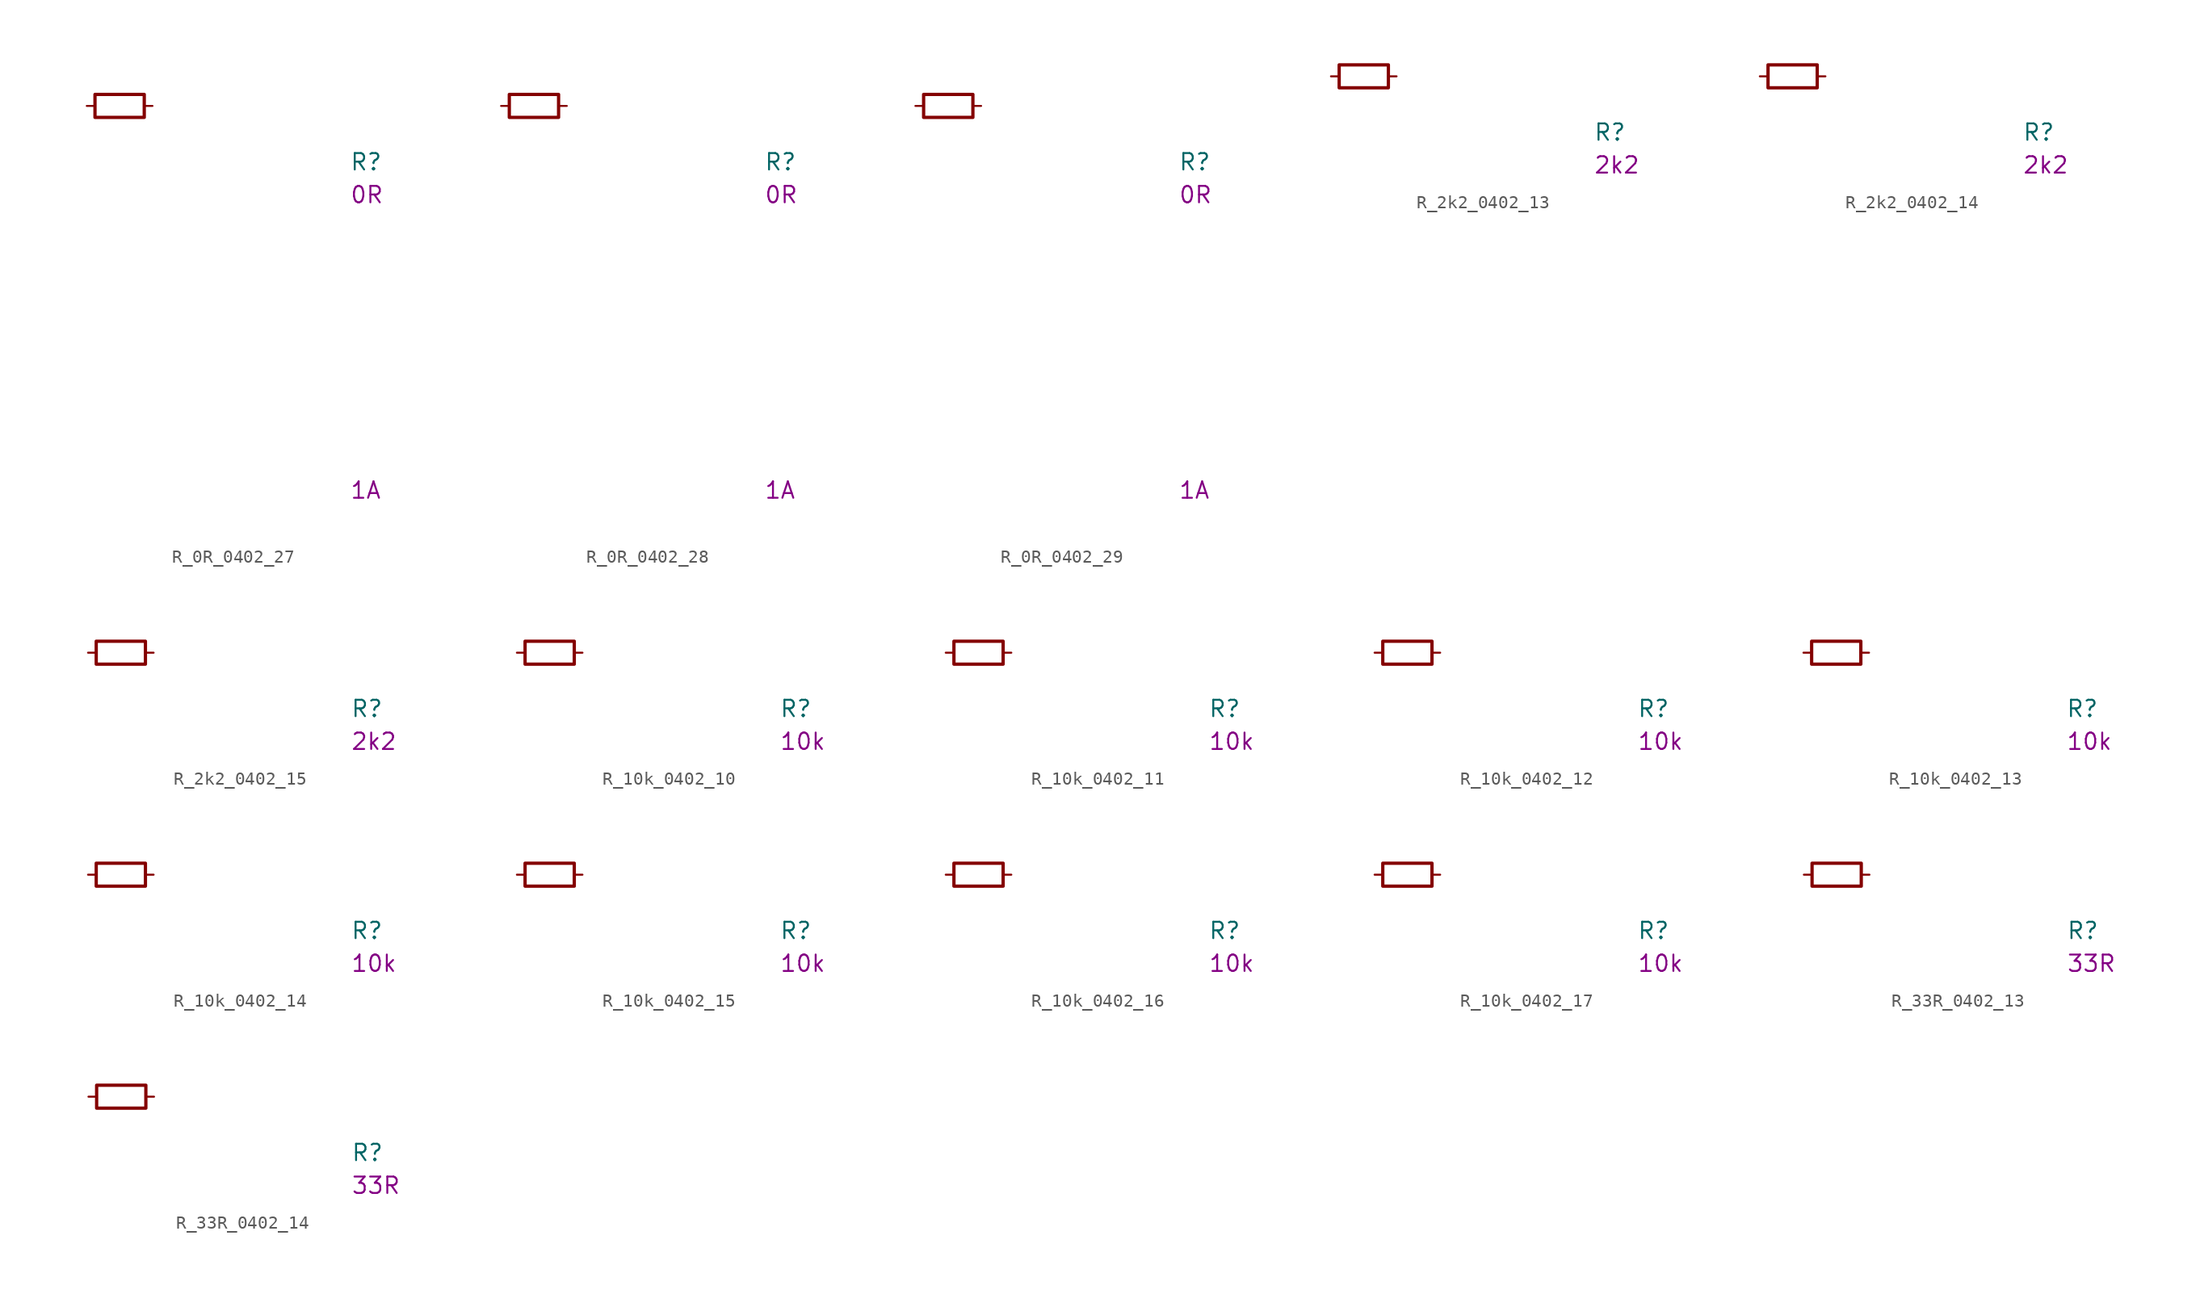
<source format=kicad_sym>
(kicad_symbol_lib
  (version 20211014)
  (generator kicad_symbol_editor)
  (symbol "K410T-devboard:R_0R_0402_27"
    (pin_numbers hide)
    (pin_names hide)
    (property "Reference" "R"
      (at 20.32 -5.08 0)
      (effects (font (size 1.27 1.27) (thickness 0.15)) (justify left bottom)))
    (property "Val" "0R"
      (at 20.32 -7.62 0)
      (effects (font (size 1.27 1.27) (thickness 0.15)) (justify left bottom)))
    (property "Current" "1A"
      (at 20.32 -30.48 0)
      (effects (font (size 1.27 1.27) (thickness 0.15)) (justify left bottom)))
    (symbol "R_0R_0402_27_0_1"
      (rectangle (start 0.635 0.889) (end 4.445 -0.889) (stroke (width 0.254) (type default)) (fill (type none))))
    (symbol "R_0R_0402_27_1_1"
      (pin passive line (at 0 0 0) (length 0.635) (name "~" (effects (font (size 1.27 1.27)))) (number "1" (effects (font (size 1.27 1.27)))))
      (pin passive line (at 5.08 0 180) (length 0.635) (name "~" (effects (font (size 1.27 1.27)))) (number "2" (effects (font (size 1.27 1.27)))))))
  (symbol "K410T-devboard:R_0R_0402_28"
    (pin_numbers hide)
    (pin_names hide)
    (property "Reference" "R"
      (at 20.32 -5.08 0)
      (effects (font (size 1.27 1.27) (thickness 0.15)) (justify left bottom)))
    (property "Val" "0R"
      (at 20.32 -7.62 0)
      (effects (font (size 1.27 1.27) (thickness 0.15)) (justify left bottom)))
    (property "Current" "1A"
      (at 20.32 -30.48 0)
      (effects (font (size 1.27 1.27) (thickness 0.15)) (justify left bottom)))
    (symbol "R_0R_0402_28_0_1"
      (rectangle (start 0.635 0.889) (end 4.445 -0.889) (stroke (width 0.254) (type default)) (fill (type none))))
    (symbol "R_0R_0402_28_1_1"
      (pin passive line (at 0 0 0) (length 0.635) (name "~" (effects (font (size 1.27 1.27)))) (number "1" (effects (font (size 1.27 1.27)))))
      (pin passive line (at 5.08 0 180) (length 0.635) (name "~" (effects (font (size 1.27 1.27)))) (number "2" (effects (font (size 1.27 1.27)))))))
  (symbol "K410T-devboard:R_0R_0402_29"
    (pin_numbers hide)
    (pin_names hide)
    (property "Reference" "R"
      (at 20.32 -5.08 0)
      (effects (font (size 1.27 1.27) (thickness 0.15)) (justify left bottom)))
    (property "Val" "0R"
      (at 20.32 -7.62 0)
      (effects (font (size 1.27 1.27) (thickness 0.15)) (justify left bottom)))
    (property "Current" "1A"
      (at 20.32 -30.48 0)
      (effects (font (size 1.27 1.27) (thickness 0.15)) (justify left bottom)))
    (symbol "R_0R_0402_29_0_1"
      (rectangle (start 0.635 0.889) (end 4.445 -0.889) (stroke (width 0.254) (type default)) (fill (type none))))
    (symbol "R_0R_0402_29_1_1"
      (pin passive line (at 0 0 0) (length 0.635) (name "~" (effects (font (size 1.27 1.27)))) (number "1" (effects (font (size 1.27 1.27)))))
      (pin passive line (at 5.08 0 180) (length 0.635) (name "~" (effects (font (size 1.27 1.27)))) (number "2" (effects (font (size 1.27 1.27)))))))
  (symbol "K410T-devboard:R_2k2_0402_13"
    (pin_numbers hide)
    (pin_names hide)
    (property "Reference" "R"
      (at 20.32 -5.08 0)
      (effects (font (size 1.27 1.27) (thickness 0.15)) (justify left bottom)))
    (property "Val" "2k2"
      (at 20.32 -7.62 0)
      (effects (font (size 1.27 1.27) (thickness 0.15)) (justify left bottom)))
    (symbol "R_2k2_0402_13_0_1"
      (rectangle (start 0.635 0.889) (end 4.445 -0.889) (stroke (width 0.254) (type default)) (fill (type none))))
    (symbol "R_2k2_0402_13_1_1"
      (pin passive line (at 0 0 0) (length 0.635) (name "~" (effects (font (size 1.27 1.27)))) (number "1" (effects (font (size 1.27 1.27)))))
      (pin passive line (at 5.08 0 180) (length 0.635) (name "~" (effects (font (size 1.27 1.27)))) (number "2" (effects (font (size 1.27 1.27)))))))
  (symbol "K410T-devboard:R_2k2_0402_14"
    (pin_numbers hide)
    (pin_names hide)
    (property "Reference" "R"
      (at 20.32 -5.08 0)
      (effects (font (size 1.27 1.27) (thickness 0.15)) (justify left bottom)))
    (property "Val" "2k2"
      (at 20.32 -7.62 0)
      (effects (font (size 1.27 1.27) (thickness 0.15)) (justify left bottom)))
    (symbol "R_2k2_0402_14_0_1"
      (rectangle (start 0.635 0.889) (end 4.445 -0.889) (stroke (width 0.254) (type default)) (fill (type none))))
    (symbol "R_2k2_0402_14_1_1"
      (pin passive line (at 0 0 0) (length 0.635) (name "~" (effects (font (size 1.27 1.27)))) (number "1" (effects (font (size 1.27 1.27)))))
      (pin passive line (at 5.08 0 180) (length 0.635) (name "~" (effects (font (size 1.27 1.27)))) (number "2" (effects (font (size 1.27 1.27)))))))
  (symbol "K410T-devboard:R_2k2_0402_15"
    (pin_numbers hide)
    (pin_names hide)
    (property "Reference" "R"
      (at 20.32 -5.08 0)
      (effects (font (size 1.27 1.27) (thickness 0.15)) (justify left bottom)))
    (property "Val" "2k2"
      (at 20.32 -7.62 0)
      (effects (font (size 1.27 1.27) (thickness 0.15)) (justify left bottom)))
    (symbol "R_2k2_0402_15_0_1"
      (rectangle (start 0.635 0.889) (end 4.445 -0.889) (stroke (width 0.254) (type default)) (fill (type none))))
    (symbol "R_2k2_0402_15_1_1"
      (pin passive line (at 0 0 0) (length 0.635) (name "~" (effects (font (size 1.27 1.27)))) (number "1" (effects (font (size 1.27 1.27)))))
      (pin passive line (at 5.08 0 180) (length 0.635) (name "~" (effects (font (size 1.27 1.27)))) (number "2" (effects (font (size 1.27 1.27)))))))
  (symbol "K410T-devboard:R_10k_0402_10"
    (pin_numbers hide)
    (pin_names hide)
    (property "Reference" "R"
      (at 20.32 -5.08 0)
      (effects (font (size 1.27 1.27) (thickness 0.15)) (justify left bottom)))
    (property "Val" "10k"
      (at 20.32 -7.62 0)
      (effects (font (size 1.27 1.27) (thickness 0.15)) (justify left bottom)))
    (symbol "R_10k_0402_10_0_1"
      (rectangle (start 0.635 0.889) (end 4.445 -0.889) (stroke (width 0.254) (type default)) (fill (type none))))
    (symbol "R_10k_0402_10_1_1"
      (pin passive line (at 0 0 0) (length 0.635) (name "~" (effects (font (size 1.27 1.27)))) (number "1" (effects (font (size 1.27 1.27)))))
      (pin passive line (at 5.08 0 180) (length 0.635) (name "~" (effects (font (size 1.27 1.27)))) (number "2" (effects (font (size 1.27 1.27)))))))
  (symbol "K410T-devboard:R_10k_0402_11"
    (pin_numbers hide)
    (pin_names hide)
    (property "Reference" "R"
      (at 20.32 -5.08 0)
      (effects (font (size 1.27 1.27) (thickness 0.15)) (justify left bottom)))
    (property "Val" "10k"
      (at 20.32 -7.62 0)
      (effects (font (size 1.27 1.27) (thickness 0.15)) (justify left bottom)))
    (symbol "R_10k_0402_11_0_1"
      (rectangle (start 0.635 0.889) (end 4.445 -0.889) (stroke (width 0.254) (type default)) (fill (type none))))
    (symbol "R_10k_0402_11_1_1"
      (pin passive line (at 0 0 0) (length 0.635) (name "~" (effects (font (size 1.27 1.27)))) (number "1" (effects (font (size 1.27 1.27)))))
      (pin passive line (at 5.08 0 180) (length 0.635) (name "~" (effects (font (size 1.27 1.27)))) (number "2" (effects (font (size 1.27 1.27)))))))
  (symbol "K410T-devboard:R_10k_0402_12"
    (pin_numbers hide)
    (pin_names hide)
    (property "Reference" "R"
      (at 20.32 -5.08 0)
      (effects (font (size 1.27 1.27) (thickness 0.15)) (justify left bottom)))
    (property "Val" "10k"
      (at 20.32 -7.62 0)
      (effects (font (size 1.27 1.27) (thickness 0.15)) (justify left bottom)))
    (symbol "R_10k_0402_12_0_1"
      (rectangle (start 0.635 0.889) (end 4.445 -0.889) (stroke (width 0.254) (type default)) (fill (type none))))
    (symbol "R_10k_0402_12_1_1"
      (pin passive line (at 0 0 0) (length 0.635) (name "~" (effects (font (size 1.27 1.27)))) (number "1" (effects (font (size 1.27 1.27)))))
      (pin passive line (at 5.08 0 180) (length 0.635) (name "~" (effects (font (size 1.27 1.27)))) (number "2" (effects (font (size 1.27 1.27)))))))
  (symbol "K410T-devboard:R_10k_0402_13"
    (pin_numbers hide)
    (pin_names hide)
    (property "Reference" "R"
      (at 20.32 -5.08 0)
      (effects (font (size 1.27 1.27) (thickness 0.15)) (justify left bottom)))
    (property "Val" "10k"
      (at 20.32 -7.62 0)
      (effects (font (size 1.27 1.27) (thickness 0.15)) (justify left bottom)))
    (symbol "R_10k_0402_13_0_1"
      (rectangle (start 0.635 0.889) (end 4.445 -0.889) (stroke (width 0.254) (type default)) (fill (type none))))
    (symbol "R_10k_0402_13_1_1"
      (pin passive line (at 0 0 0) (length 0.635) (name "~" (effects (font (size 1.27 1.27)))) (number "1" (effects (font (size 1.27 1.27)))))
      (pin passive line (at 5.08 0 180) (length 0.635) (name "~" (effects (font (size 1.27 1.27)))) (number "2" (effects (font (size 1.27 1.27)))))))
  (symbol "K410T-devboard:R_10k_0402_14"
    (pin_numbers hide)
    (pin_names hide)
    (property "Reference" "R"
      (at 20.32 -5.08 0)
      (effects (font (size 1.27 1.27) (thickness 0.15)) (justify left bottom)))
    (property "Val" "10k"
      (at 20.32 -7.62 0)
      (effects (font (size 1.27 1.27) (thickness 0.15)) (justify left bottom)))
    (symbol "R_10k_0402_14_0_1"
      (rectangle (start 0.635 0.889) (end 4.445 -0.889) (stroke (width 0.254) (type default)) (fill (type none))))
    (symbol "R_10k_0402_14_1_1"
      (pin passive line (at 0 0 0) (length 0.635) (name "~" (effects (font (size 1.27 1.27)))) (number "1" (effects (font (size 1.27 1.27)))))
      (pin passive line (at 5.08 0 180) (length 0.635) (name "~" (effects (font (size 1.27 1.27)))) (number "2" (effects (font (size 1.27 1.27)))))))
  (symbol "K410T-devboard:R_10k_0402_15"
    (pin_numbers hide)
    (pin_names hide)
    (property "Reference" "R"
      (at 20.32 -5.08 0)
      (effects (font (size 1.27 1.27) (thickness 0.15)) (justify left bottom)))
    (property "Val" "10k"
      (at 20.32 -7.62 0)
      (effects (font (size 1.27 1.27) (thickness 0.15)) (justify left bottom)))
    (symbol "R_10k_0402_15_0_1"
      (rectangle (start 0.635 0.889) (end 4.445 -0.889) (stroke (width 0.254) (type default)) (fill (type none))))
    (symbol "R_10k_0402_15_1_1"
      (pin passive line (at 0 0 0) (length 0.635) (name "~" (effects (font (size 1.27 1.27)))) (number "1" (effects (font (size 1.27 1.27)))))
      (pin passive line (at 5.08 0 180) (length 0.635) (name "~" (effects (font (size 1.27 1.27)))) (number "2" (effects (font (size 1.27 1.27)))))))
  (symbol "K410T-devboard:R_10k_0402_16"
    (pin_numbers hide)
    (pin_names hide)
    (property "Reference" "R"
      (at 20.32 -5.08 0)
      (effects (font (size 1.27 1.27) (thickness 0.15)) (justify left bottom)))
    (property "Val" "10k"
      (at 20.32 -7.62 0)
      (effects (font (size 1.27 1.27) (thickness 0.15)) (justify left bottom)))
    (symbol "R_10k_0402_16_0_1"
      (rectangle (start 0.635 0.889) (end 4.445 -0.889) (stroke (width 0.254) (type default)) (fill (type none))))
    (symbol "R_10k_0402_16_1_1"
      (pin passive line (at 0 0 0) (length 0.635) (name "~" (effects (font (size 1.27 1.27)))) (number "1" (effects (font (size 1.27 1.27)))))
      (pin passive line (at 5.08 0 180) (length 0.635) (name "~" (effects (font (size 1.27 1.27)))) (number "2" (effects (font (size 1.27 1.27)))))))
  (symbol "K410T-devboard:R_10k_0402_17"
    (pin_numbers hide)
    (pin_names hide)
    (property "Reference" "R"
      (at 20.32 -5.08 0)
      (effects (font (size 1.27 1.27) (thickness 0.15)) (justify left bottom)))
    (property "Val" "10k"
      (at 20.32 -7.62 0)
      (effects (font (size 1.27 1.27) (thickness 0.15)) (justify left bottom)))
    (symbol "R_10k_0402_17_0_1"
      (rectangle (start 0.635 0.889) (end 4.445 -0.889) (stroke (width 0.254) (type default)) (fill (type none))))
    (symbol "R_10k_0402_17_1_1"
      (pin passive line (at 0 0 0) (length 0.635) (name "~" (effects (font (size 1.27 1.27)))) (number "1" (effects (font (size 1.27 1.27)))))
      (pin passive line (at 5.08 0 180) (length 0.635) (name "~" (effects (font (size 1.27 1.27)))) (number "2" (effects (font (size 1.27 1.27)))))))
  (symbol "K410T-devboard:R_33R_0402_13"
    (pin_numbers hide)
    (pin_names hide)
    (property "Reference" "R"
      (at 20.32 -5.08 0)
      (effects (font (size 1.27 1.27) (thickness 0.15)) (justify left bottom)))
    (property "Val" "33R"
      (at 20.32 -7.62 0)
      (effects (font (size 1.27 1.27) (thickness 0.15)) (justify left bottom)))
    (symbol "R_33R_0402_13_0_1"
      (rectangle (start 0.635 0.889) (end 4.445 -0.889) (stroke (width 0.254) (type default)) (fill (type none))))
    (symbol "R_33R_0402_13_1_1"
      (pin passive line (at 0 0 0) (length 0.635) (name "~" (effects (font (size 1.27 1.27)))) (number "1" (effects (font (size 1.27 1.27)))))
      (pin passive line (at 5.08 0 180) (length 0.635) (name "~" (effects (font (size 1.27 1.27)))) (number "2" (effects (font (size 1.27 1.27)))))))
  (symbol "K410T-devboard:R_33R_0402_14"
    (pin_numbers hide)
    (pin_names hide)
    (property "Reference" "R"
      (at 20.32 -5.08 0)
      (effects (font (size 1.27 1.27) (thickness 0.15)) (justify left bottom)))
    (property "Val" "33R"
      (at 20.32 -7.62 0)
      (effects (font (size 1.27 1.27) (thickness 0.15)) (justify left bottom)))
    (symbol "R_33R_0402_14_0_1"
      (rectangle (start 0.635 0.889) (end 4.445 -0.889) (stroke (width 0.254) (type default)) (fill (type none))))
    (symbol "R_33R_0402_14_1_1"
      (pin passive line (at 0 0 0) (length 0.635) (name "~" (effects (font (size 1.27 1.27)))) (number "1" (effects (font (size 1.27 1.27)))))
      (pin passive line (at 5.08 0 180) (length 0.635) (name "~" (effects (font (size 1.27 1.27)))) (number "2" (effects (font (size 1.27 1.27))))))))
</source>
